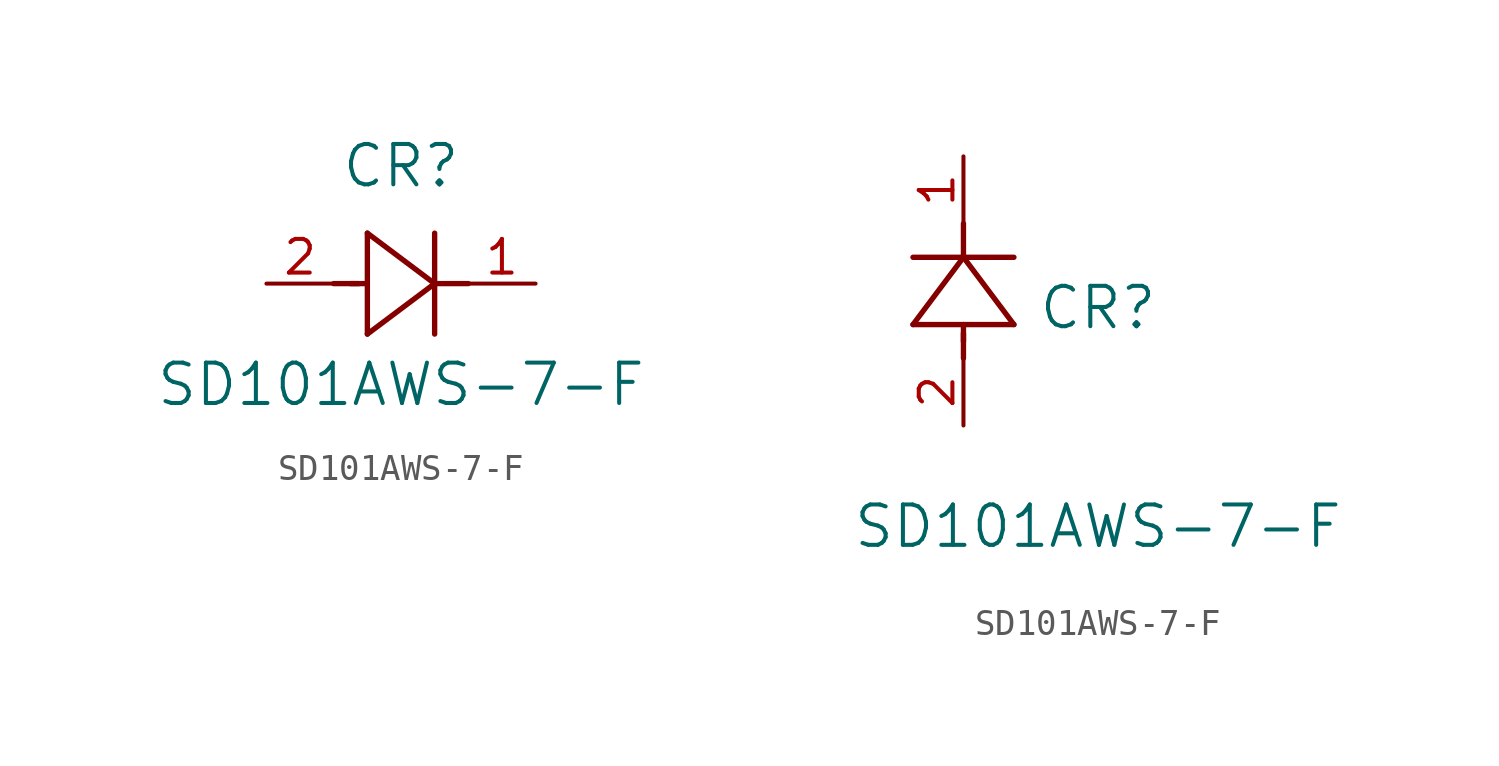
<source format=kicad_sym>
(kicad_symbol_lib
  (version 20211014)
  (generator kicad_symbol_editor)
  (symbol "SD101AWS-7-F"
    (pin_names
      (offset 0.254))
    (property "Reference" "CR"
      (at 5.08 4.445 0)
      (effects (font (size 1.524 1.524))))
    (property "Value" "SD101AWS-7-F"
      (at 5.08 -3.81 0)
      (effects (font (size 1.524 1.524))))
    (symbol "SD101AWS-7-F_1_1"
      (polyline (pts (xy 2.54 0) (xy 3.48 0)) (stroke (width 0.203) (type default) (color 0 0 0 0)) (fill (type none)))
      (polyline (pts (xy 3.81 1.905) (xy 3.81 -1.905)) (stroke (width 0.203) (type default) (color 0 0 0 0)) (fill (type none)))
      (polyline (pts (xy 3.175 0) (xy 3.81 0)) (stroke (width 0.203) (type default) (color 0 0 0 0)) (fill (type none)))
      (polyline (pts (xy 6.35 -1.905) (xy 6.35 1.905)) (stroke (width 0.203) (type default) (color 0 0 0 0)) (fill (type none)))
      (polyline (pts (xy 6.35 0) (xy 7.62 0)) (stroke (width 0.203) (type default) (color 0 0 0 0)) (fill (type none)))
      (polyline (pts (xy 6.35 0) (xy 3.81 1.905)) (stroke (width 0.203) (type default) (color 0 0 0 0)) (fill (type none)))
      (polyline (pts (xy 3.81 -1.905) (xy 6.35 0)) (stroke (width 0.203) (type default) (color 0 0 0 0)) (fill (type none)))
      (pin unspecified line (at 0 0 0) (length 2.54) (name "" (effects (font (size 1.27 1.27)))) (number "2" (effects (font (size 1.27 1.27)))))
      (pin unspecified line (at 10.16 0 180) (length 2.54) (name "" (effects (font (size 1.27 1.27)))) (number "1" (effects (font (size 1.27 1.27))))))
    (symbol "SD101AWS-7-F_1_2"
      (polyline (pts (xy 0 2.54) (xy 0 3.48)) (stroke (width 0.203) (type default) (color 0 0 0 0)) (fill (type none)))
      (polyline (pts (xy -1.905 3.81) (xy 1.905 3.81)) (stroke (width 0.203) (type default) (color 0 0 0 0)) (fill (type none)))
      (polyline (pts (xy 0 3.175) (xy 0 3.81)) (stroke (width 0.203) (type default) (color 0 0 0 0)) (fill (type none)))
      (polyline (pts (xy 1.905 6.35) (xy -1.905 6.35)) (stroke (width 0.203) (type default) (color 0 0 0 0)) (fill (type none)))
      (polyline (pts (xy 0 6.35) (xy 0 7.62)) (stroke (width 0.203) (type default) (color 0 0 0 0)) (fill (type none)))
      (polyline (pts (xy 0 6.35) (xy -1.905 3.81)) (stroke (width 0.203) (type default) (color 0 0 0 0)) (fill (type none)))
      (polyline (pts (xy 1.905 3.81) (xy 0 6.35)) (stroke (width 0.203) (type default) (color 0 0 0 0)) (fill (type none)))
      (pin unspecified line (at 0 0 90) (length 2.54) (name "" (effects (font (size 1.27 1.27)))) (number "2" (effects (font (size 1.27 1.27)))))
      (pin unspecified line (at 0 10.16 270) (length 2.54) (name "" (effects (font (size 1.27 1.27)))) (number "1" (effects (font (size 1.27 1.27))))))))
</source>
